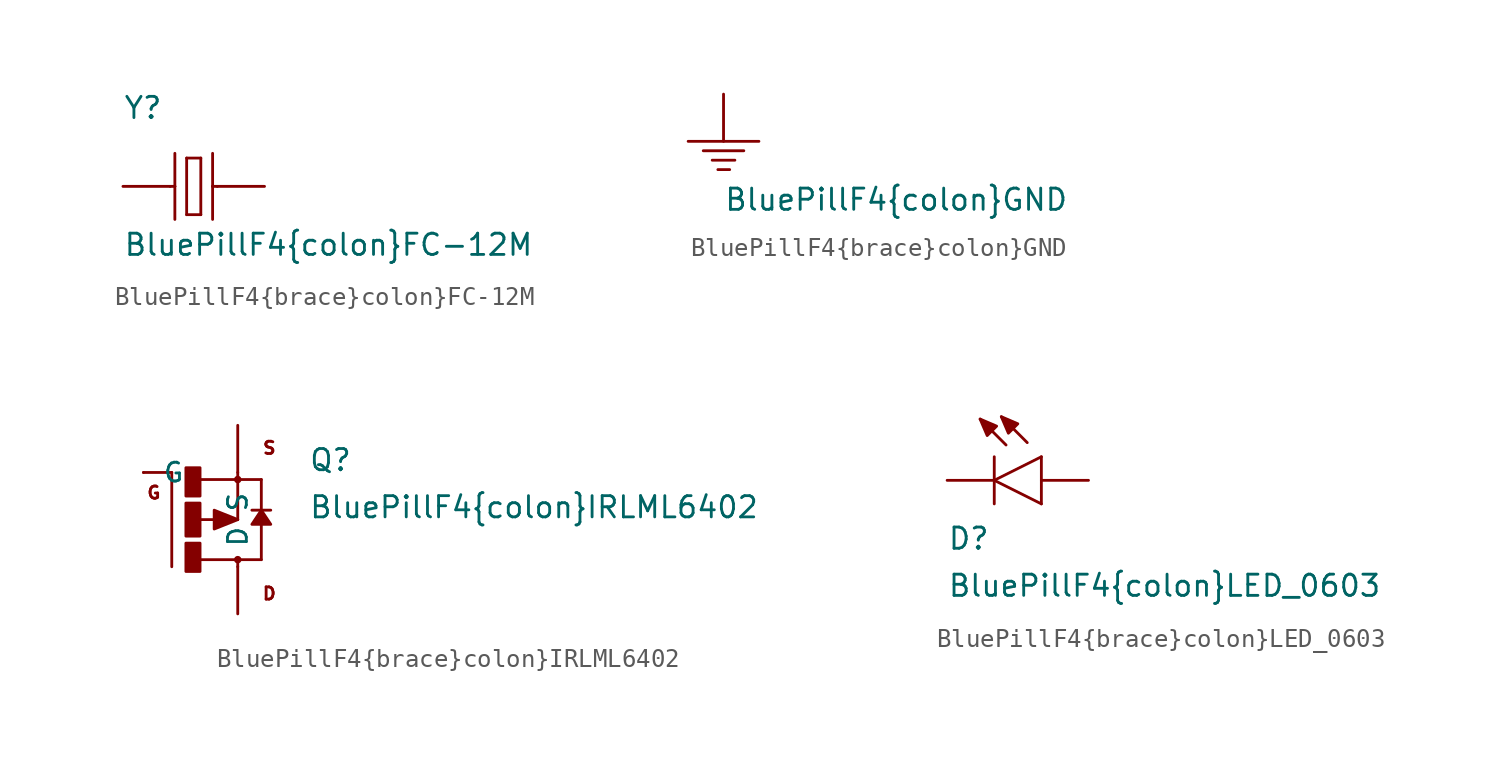
<source format=kicad_sym>
(kicad_symbol_lib
  (version 20211014)
  (generator kicad_symbol_editor)
  (symbol "BluePillF4{brace}colon}FC-12M"
    (pin_numbers hide)
    (pin_names
      (offset 1.016) hide)
    (property "Reference" "Y"
      (at -5.08 3.556 0)
      (effects (font (size 1.143 1.143)) (justify left bottom)))
    (property "Value" "BluePillF4{brace}colon}FC-12M"
      (at -5.08 -3.81 0)
      (effects (font (size 1.143 1.143)) (justify left bottom)))
    (property "ki_locked" ""
      (at 0 0 0)
      (effects (font (size 1.27 1.27))))
    (symbol "BluePillF4{brace}colon}FC-12M_1_0"
      (polyline (pts (xy -2.54 0) (xy -2.286 0)) (stroke (width 0) (type default) (color 0 0 0 0)) (fill (type none)))
      (polyline (pts (xy -2.286 0) (xy -2.286 -1.778)) (stroke (width 0) (type default) (color 0 0 0 0)) (fill (type none)))
      (polyline (pts (xy -2.286 1.778) (xy -2.286 0)) (stroke (width 0) (type default) (color 0 0 0 0)) (fill (type none)))
      (polyline (pts (xy -1.651 -1.524) (xy -0.889 -1.524)) (stroke (width 0) (type default) (color 0 0 0 0)) (fill (type none)))
      (polyline (pts (xy -1.651 1.524) (xy -1.651 -1.524)) (stroke (width 0) (type default) (color 0 0 0 0)) (fill (type none)))
      (polyline (pts (xy -0.889 -1.524) (xy -0.889 1.524)) (stroke (width 0) (type default) (color 0 0 0 0)) (fill (type none)))
      (polyline (pts (xy -0.889 1.524) (xy -1.651 1.524)) (stroke (width 0) (type default) (color 0 0 0 0)) (fill (type none)))
      (polyline (pts (xy -0.254 0) (xy -0.254 -1.778)) (stroke (width 0) (type default) (color 0 0 0 0)) (fill (type none)))
      (polyline (pts (xy -0.254 0) (xy 0 0)) (stroke (width 0) (type default) (color 0 0 0 0)) (fill (type none)))
      (polyline (pts (xy -0.254 1.778) (xy -0.254 0)) (stroke (width 0) (type default) (color 0 0 0 0)) (fill (type none))))
    (symbol "BluePillF4{brace}colon}FC-12M_1_1"
      (pin passive line (at -5.08 0 0) (length 2.54) (name "1" (effects (font (size 1.016 1.016)))) (number "1" (effects (font (size 1.016 1.016)))))
      (pin passive line (at 2.54 0 180) (length 2.54) (name "2" (effects (font (size 1.016 1.016)))) (number "2" (effects (font (size 1.016 1.016)))))))
  (symbol "BluePillF4{brace}colon}GND"
    (power)
    (pin_numbers hide)
    (pin_names
      (offset 1.016) hide)
    (property "Reference" "#SUPPLY"
      (at 0 0 0)
      (effects (font (size 1.143 1.143)) (justify left bottom) hide))
    (property "Value" "BluePillF4{brace}colon}GND"
      (at 0 -6.35 0)
      (effects (font (size 1.143 1.143)) (justify left bottom)))
    (property "ki_locked" ""
      (at 0 0 0)
      (effects (font (size 1.27 1.27))))
    (symbol "BluePillF4{brace}colon}GND_1_0"
      (polyline (pts (xy -1.905 -2.54) (xy 1.905 -2.54)) (stroke (width 0) (type default) (color 0 0 0 0)) (fill (type none)))
      (polyline (pts (xy -1.092 -3.048) (xy 1.092 -3.048)) (stroke (width 0) (type default) (color 0 0 0 0)) (fill (type none)))
      (polyline (pts (xy -0.61 -3.556) (xy 0.61 -3.556)) (stroke (width 0) (type default) (color 0 0 0 0)) (fill (type none)))
      (polyline (pts (xy -0.305 -4.064) (xy 0.33 -4.064)) (stroke (width 0) (type default) (color 0 0 0 0)) (fill (type none)))
      (polyline (pts (xy 0 0) (xy 0 -2.54)) (stroke (width 0) (type default) (color 0 0 0 0)) (fill (type none))))
    (symbol "BluePillF4{brace}colon}GND_1_1"
      (pin power_in line (at 0 0 270) (length 2.54) hide (name "GND" (effects (font (size 1.016 1.016)))) (number "~" (effects (font (size 1.016 1.016)))))))
  (symbol "BluePillF4{brace}colon}IRLML6402"
    (pin_numbers hide)
    (pin_names
      (offset 1.016))
    (property "Reference" "Q"
      (at 3.81 2.54 0)
      (effects (font (size 1.143 1.143)) (justify left bottom)))
    (property "Value" "BluePillF4{brace}colon}IRLML6402"
      (at 3.81 0 0)
      (effects (font (size 1.143 1.143)) (justify left bottom)))
    (property "ki_locked" ""
      (at 0 0 0)
      (effects (font (size 1.27 1.27))))
    (symbol "BluePillF4{brace}colon}IRLML6402_1_0"
      (polyline (pts (xy -3.556 -2.54) (xy -3.556 2.54)) (stroke (width 0) (type default) (color 0 0 0 0)) (fill (type none)))
      (polyline (pts (xy -3.556 2.54) (xy -5.08 2.54)) (stroke (width 0) (type default) (color 0 0 0 0)) (fill (type none)))
      (polyline (pts (xy -2.159 0) (xy 0 0)) (stroke (width 0) (type default) (color 0 0 0 0)) (fill (type none)))
      (polyline (pts (xy -2.032 -2.159) (xy 0 -2.159)) (stroke (width 0) (type default) (color 0 0 0 0)) (fill (type none)))
      (polyline (pts (xy 0 -2.159) (xy 0 -2.54)) (stroke (width 0) (type default) (color 0 0 0 0)) (fill (type none)))
      (polyline (pts (xy 0 0) (xy 0 2.159)) (stroke (width 0) (type default) (color 0 0 0 0)) (fill (type none)))
      (polyline (pts (xy 0 2.159) (xy -2.007 2.159)) (stroke (width 0) (type default) (color 0 0 0 0)) (fill (type none)))
      (polyline (pts (xy 0 2.54) (xy 0 2.159)) (stroke (width 0) (type default) (color 0 0 0 0)) (fill (type none)))
      (polyline (pts (xy 0.762 0.508) (xy 1.27 0.508)) (stroke (width 0) (type default) (color 0 0 0 0)) (fill (type none)))
      (polyline (pts (xy 1.27 -2.159) (xy 0 -2.159)) (stroke (width 0) (type default) (color 0 0 0 0)) (fill (type none)))
      (polyline (pts (xy 1.27 -2.159) (xy 1.27 -0.127)) (stroke (width 0) (type default) (color 0 0 0 0)) (fill (type none)))
      (polyline (pts (xy 1.27 0.508) (xy 1.27 2.159)) (stroke (width 0) (type default) (color 0 0 0 0)) (fill (type none)))
      (polyline (pts (xy 1.27 0.508) (xy 1.778 0.508)) (stroke (width 0) (type default) (color 0 0 0 0)) (fill (type none)))
      (polyline (pts (xy 1.27 2.159) (xy 0 2.159)) (stroke (width 0) (type default) (color 0 0 0 0)) (fill (type none)))
      (text "D" (at 1.702 -3.988 0) (effects (font (size 0.66 0.66))))
      (text "G" (at -4.521 1.448 0) (effects (font (size 0.66 0.66))))
      (text "S" (at 1.702 3.861 0) (effects (font (size 0.66 0.66)))))
    (symbol "BluePillF4{brace}colon}IRLML6402_1_1"
      (rectangle (start -2.794 -2.794) (end -2.032 -1.27) (stroke (width 0) (type default) (color 0 0 0 0)) (fill (type outline)))
      (rectangle (start -2.794 -0.889) (end -2.032 0.889) (stroke (width 0) (type default) (color 0 0 0 0)) (fill (type outline)))
      (rectangle (start -2.794 1.27) (end -2.032 2.794) (stroke (width 0) (type default) (color 0 0 0 0)) (fill (type outline)))
      (circle (center 0 -2.159) (radius 0.127) (stroke (width 0) (type default) (color 0 0 0 0)) (fill (type outline)))
      (polyline (pts (xy 0 0) (xy -1.27 0.508) (xy -1.27 0.508) (xy -1.27 -0.508) (xy -1.27 -0.508) (xy 0 0)) (stroke (width 0) (type default) (color 0 0 0 0)) (fill (type outline)))
      (polyline (pts (xy 1.27 0.508) (xy 0.762 -0.254) (xy 0.762 -0.254) (xy 1.778 -0.254) (xy 1.778 -0.254) (xy 1.27 0.508)) (stroke (width 0) (type default) (color 0 0 0 0)) (fill (type outline)))
      (circle (center 0 2.159) (radius 0.127) (stroke (width 0) (type default) (color 0 0 0 0)) (fill (type outline)))
      (pin passive line (at -5.08 2.54 0) (length 0) (name "G" (effects (font (size 1.016 1.016)))) (number "1" (effects (font (size 1.016 1.016)))))
      (pin passive line (at 0 5.08 270) (length 2.54) (name "S" (effects (font (size 1.016 1.016)))) (number "2" (effects (font (size 1.016 1.016)))))
      (pin passive line (at 0 -5.08 90) (length 2.54) (name "D" (effects (font (size 1.016 1.016)))) (number "3" (effects (font (size 1.016 1.016)))))))
  (symbol "BluePillF4{brace}colon}LED_0603"
    (pin_numbers hide)
    (pin_names
      (offset 1.016) hide)
    (property "Reference" "D"
      (at -5.08 -3.81 0)
      (effects (font (size 1.143 1.143)) (justify left bottom)))
    (property "Value" "BluePillF4{brace}colon}LED_0603"
      (at -5.08 -6.35 0)
      (effects (font (size 1.143 1.143)) (justify left bottom)))
    (property "ki_locked" ""
      (at 0 0 0)
      (effects (font (size 1.27 1.27))))
    (symbol "BluePillF4{brace}colon}LED_0603_1_0"
      (polyline (pts (xy -2.54 -1.27) (xy -2.54 0)) (stroke (width 0) (type default) (color 0 0 0 0)) (fill (type none)))
      (polyline (pts (xy -2.54 0) (xy -2.54 1.27)) (stroke (width 0) (type default) (color 0 0 0 0)) (fill (type none)))
      (polyline (pts (xy -2.54 0) (xy 0 1.27)) (stroke (width 0) (type default) (color 0 0 0 0)) (fill (type none)))
      (polyline (pts (xy -1.905 1.905) (xy -3.302 3.302)) (stroke (width 0) (type default) (color 0 0 0 0)) (fill (type none)))
      (polyline (pts (xy -0.762 2.032) (xy -2.159 3.429)) (stroke (width 0) (type default) (color 0 0 0 0)) (fill (type none)))
      (polyline (pts (xy 0 -1.27) (xy -2.54 0)) (stroke (width 0) (type default) (color 0 0 0 0)) (fill (type none)))
      (polyline (pts (xy 0 -1.27) (xy 0 1.27)) (stroke (width 0) (type default) (color 0 0 0 0)) (fill (type none))))
    (symbol "BluePillF4{brace}colon}LED_0603_1_1"
      (polyline (pts (xy -2.413 2.921) (xy -3.302 3.302) (xy -3.302 3.302) (xy -2.921 2.413) (xy -2.921 2.413) (xy -2.413 2.921)) (stroke (width 0) (type default) (color 0 0 0 0)) (fill (type outline)))
      (polyline (pts (xy -1.27 3.048) (xy -2.159 3.429) (xy -2.159 3.429) (xy -1.778 2.54) (xy -1.778 2.54) (xy -1.27 3.048)) (stroke (width 0) (type default) (color 0 0 0 0)) (fill (type outline)))
      (pin passive line (at -5.08 0 0) (length 2.54) (name "C" (effects (font (size 1.016 1.016)))) (number "1" (effects (font (size 1.016 1.016)))))
      (pin passive line (at 2.54 0 180) (length 2.54) (name "A" (effects (font (size 1.016 1.016)))) (number "2" (effects (font (size 1.016 1.016))))))))
</source>
